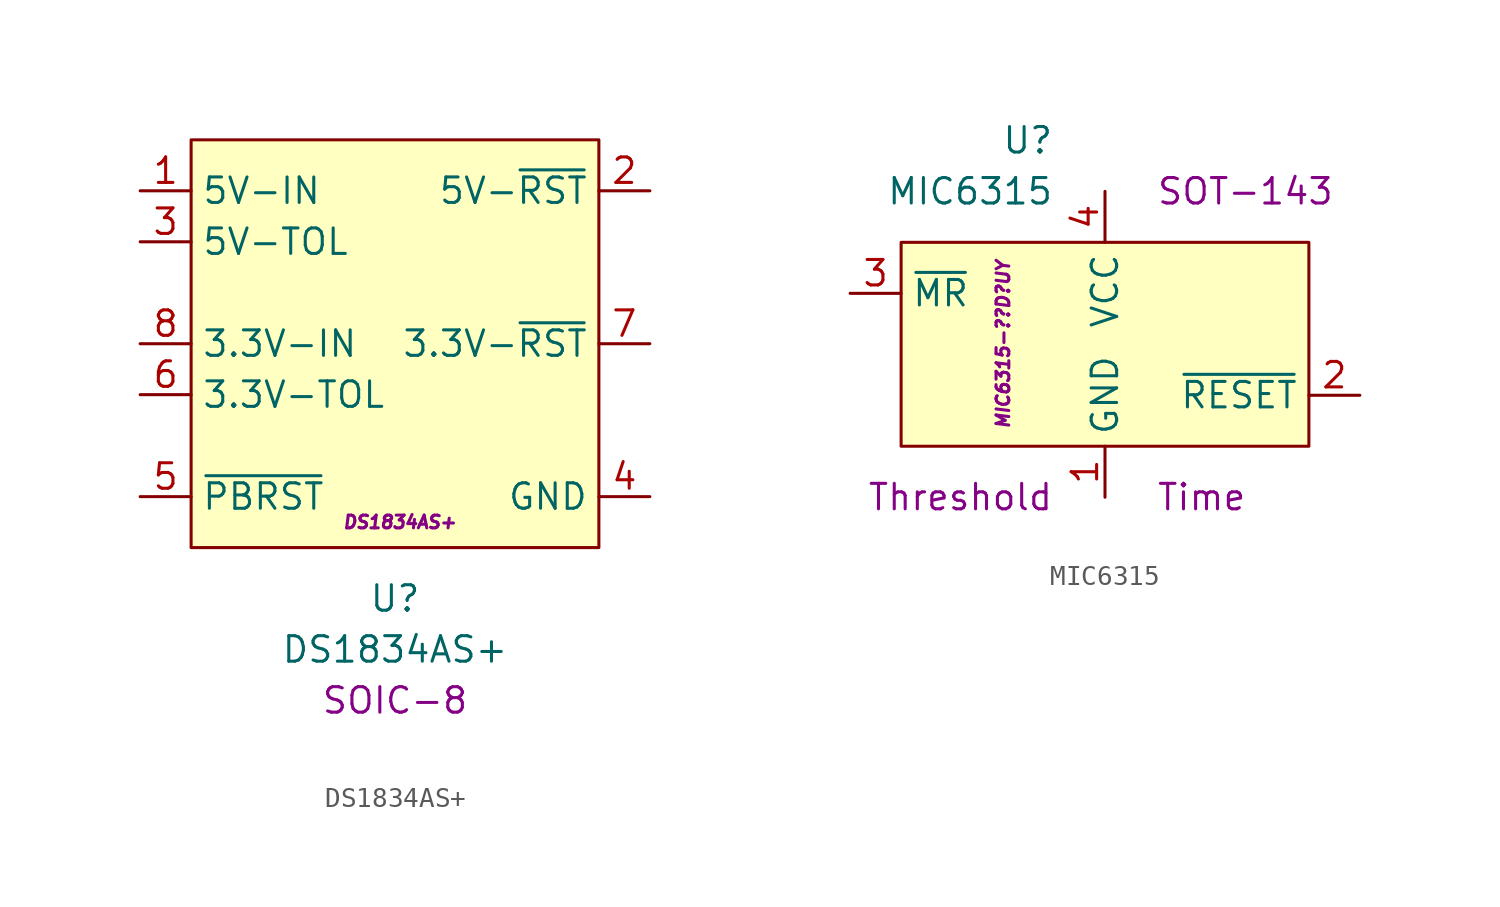
<source format=kicad_sym>
(kicad_symbol_lib
  (version 20231120)
  (generator "kicad_symbol_editor")
  (generator_version "8.0")
  (symbol "DS1834AS+"
    (property "Reference" "U"
      (at 0 -12.7 0)
      (effects (font (size 1.27 1.27))))
    (property "Value" "DS1834AS+"
      (at 0 -15.24 0)
      (effects (font (size 1.27 1.27))))
    (property "Package" "SOIC-8"
      (at 0 -17.78 0)
      (effects (font (size 1.27 1.27))))
    (property "MPN" " DS1834AS+"
      (at 0 -8.89 0)
      (effects (font (size 0.635 0.635) (italic yes))))
    (symbol "DS1834AS+_0_1"
      (rectangle (start -10.16 10.16) (end 10.16 -10.16) (stroke (width 0.152) (type default)) (fill (type background))))
    (symbol "DS1834AS+_1_1"
      (pin power_in line (at -12.7 7.62 0) (length 2.54) (name "5V-IN" (effects (font (size 1.27 1.27)))) (number "1" (effects (font (size 1.27 1.27)))))
      (pin open_collector line (at 12.7 7.62 180) (length 2.54) (name "5V-~{RST}" (effects (font (size 1.27 1.27)))) (number "2" (effects (font (size 1.27 1.27)))))
      (pin passive line (at -12.7 5.08 0) (length 2.54) (name "5V-TOL" (effects (font (size 1.27 1.27)))) (number "3" (effects (font (size 1.27 1.27)))))
      (pin power_in line (at 12.7 -7.62 180) (length 2.54) (name "GND" (effects (font (size 1.27 1.27)))) (number "4" (effects (font (size 1.27 1.27)))))
      (pin passive line (at -12.7 -7.62 0) (length 2.54) (name "~{PBRST}" (effects (font (size 1.27 1.27)))) (number "5" (effects (font (size 1.27 1.27)))))
      (pin passive line (at -12.7 -2.54 0) (length 2.54) (name "3.3V-TOL" (effects (font (size 1.27 1.27)))) (number "6" (effects (font (size 1.27 1.27)))))
      (pin open_collector line (at 12.7 0 180) (length 2.54) (name "3.3V-~{RST}" (effects (font (size 1.27 1.27)))) (number "7" (effects (font (size 1.27 1.27)))))
      (pin power_in line (at -12.7 0 0) (length 2.54) (name "3.3V-IN" (effects (font (size 1.27 1.27)))) (number "8" (effects (font (size 1.27 1.27)))))))
  (symbol "MIC6315"
    (property "Reference" "U"
      (at -2.54 7.62 0)
      (effects (font (size 1.27 1.27)) (justify right)))
    (property "Value" "MIC6315"
      (at -2.54 5.08 0)
      (effects (font (size 1.27 1.27)) (justify right)))
    (property "Package" "SOT-143"
      (at 2.54 5.08 0)
      (effects (font (size 1.27 1.27)) (justify left)))
    (property "Threshold" "Threshold"
      (at -2.54 -10.16 0)
      (effects (font (size 1.27 1.27)) (justify right)))
    (property "Time" "Time"
      (at 2.54 -10.16 0)
      (effects (font (size 1.27 1.27)) (justify left)))
    (property "MPN" "MIC6315-??D?UY"
      (at -5.08 -2.54 90)
      (effects (font (size 0.635 0.635) (italic yes))))
    (symbol "MIC6315_0_1"
      (rectangle (start -10.16 2.54) (end 10.16 -7.62) (stroke (width 0.152) (type default)) (fill (type background))))
    (symbol "MIC6315_1_1"
      (pin power_in line (at 0 -10.16 90) (length 2.54) (name "GND" (effects (font (size 1.27 1.27)))) (number "1" (effects (font (size 1.27 1.27)))))
      (pin open_collector line (at 12.7 -5.08 180) (length 2.54) (name "~{RESET}" (effects (font (size 1.27 1.27)))) (number "2" (effects (font (size 1.27 1.27)))))
      (pin input line (at -12.7 0 0) (length 2.54) (name "~{MR}" (effects (font (size 1.27 1.27)))) (number "3" (effects (font (size 1.27 1.27)))))
      (pin power_in line (at 0 5.08 270) (length 2.54) (name "VCC" (effects (font (size 1.27 1.27)))) (number "4" (effects (font (size 1.27 1.27))))))))
</source>
